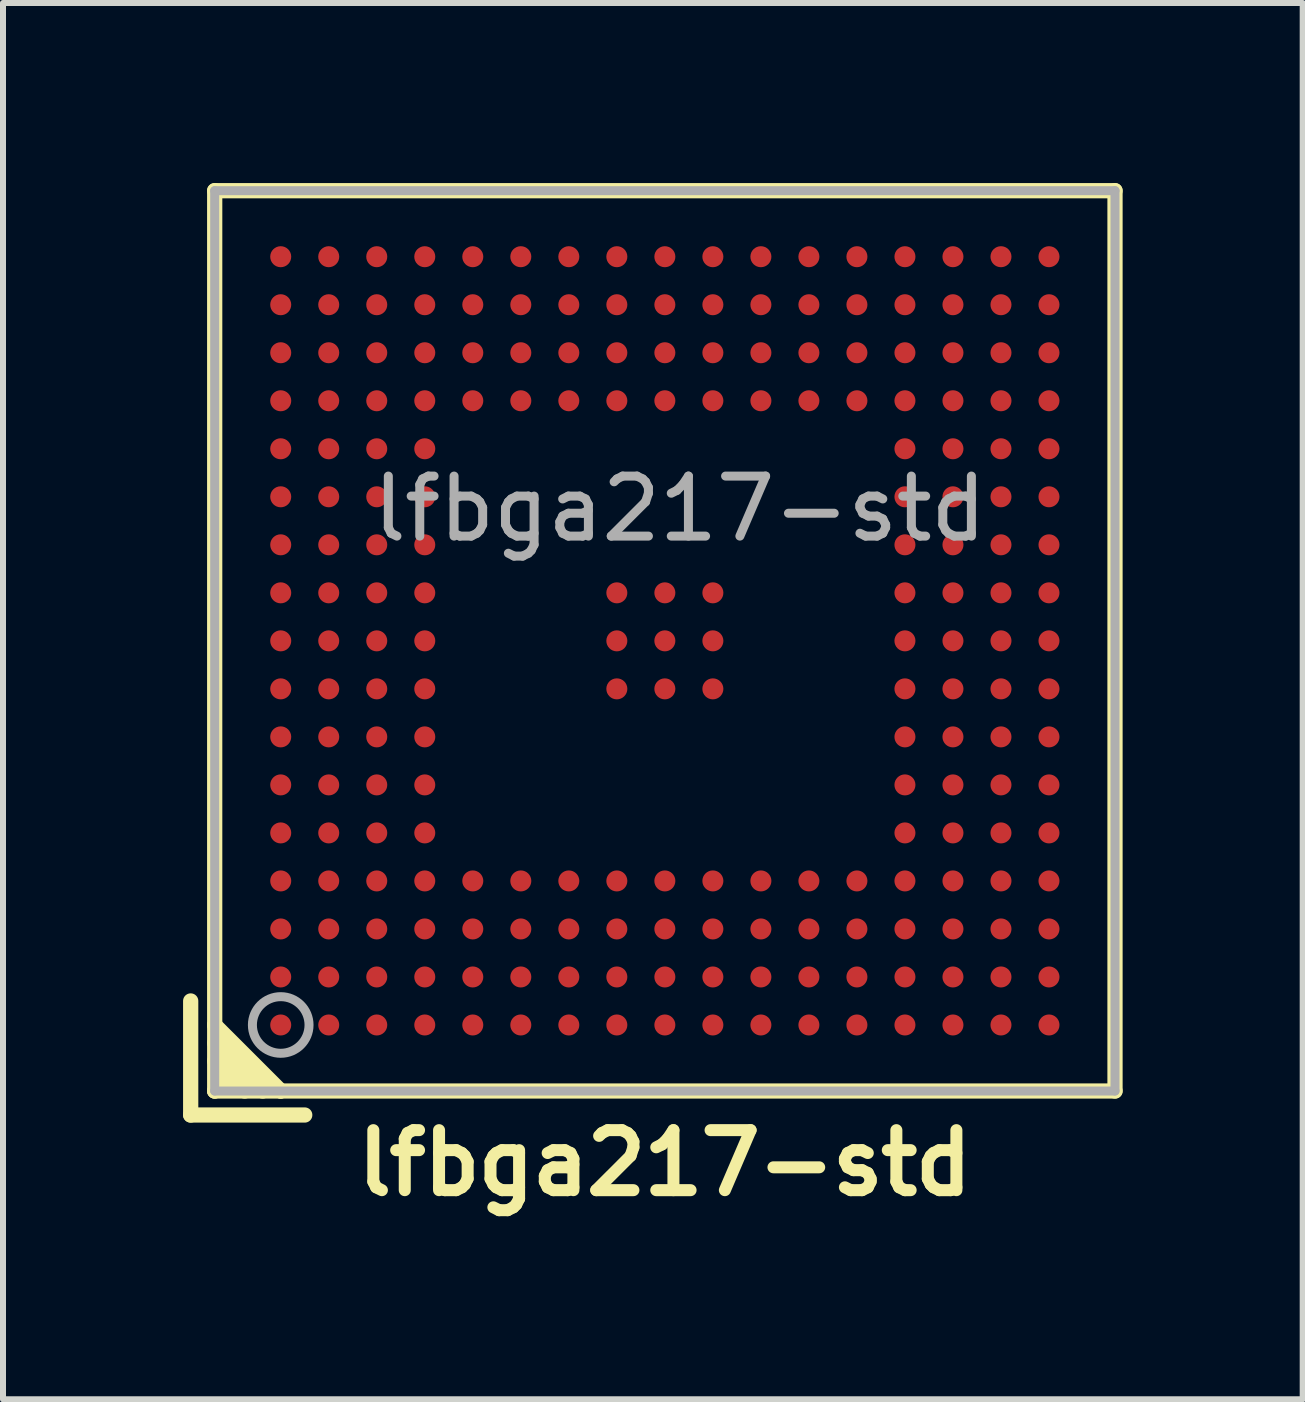
<source format=kicad_pcb>
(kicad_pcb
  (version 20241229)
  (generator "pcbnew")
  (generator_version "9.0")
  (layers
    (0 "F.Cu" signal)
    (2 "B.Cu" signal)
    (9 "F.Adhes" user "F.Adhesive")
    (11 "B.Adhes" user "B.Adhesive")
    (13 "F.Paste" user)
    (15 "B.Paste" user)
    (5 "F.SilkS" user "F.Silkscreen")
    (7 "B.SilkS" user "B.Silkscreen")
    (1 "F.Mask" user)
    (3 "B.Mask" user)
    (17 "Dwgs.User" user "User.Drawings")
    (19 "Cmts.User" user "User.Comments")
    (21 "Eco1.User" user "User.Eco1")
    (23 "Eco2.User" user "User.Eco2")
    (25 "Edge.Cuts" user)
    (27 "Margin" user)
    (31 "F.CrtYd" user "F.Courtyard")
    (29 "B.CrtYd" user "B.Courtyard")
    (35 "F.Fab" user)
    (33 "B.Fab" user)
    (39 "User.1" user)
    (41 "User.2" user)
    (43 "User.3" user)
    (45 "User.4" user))
  (footprint "lfbga217-std"
    (layer "F.Cu")
    (at 8.027 7.627)
    (property "Reference" "lfbga217-std" (at 0 8.7 0) (layer "F.SilkS") (effects (font (size 1 1) (thickness 0.2))))
    (attr smd)
    (fp_line (start -7.9 6) (end -7.9 7.9) (stroke (width 0.254) (type solid)) (layer "F.SilkS"))
    (fp_line (start -7.9 7.9) (end -6 7.9) (stroke (width 0.254) (type solid)) (layer "F.SilkS"))
    (fp_line (start -7.5 -7.5) (end 7.5 -7.5) (stroke (width 0.254) (type solid)) (layer "F.SilkS"))
    (fp_line (start -7.5 6.4) (end -7.5 -7.5) (stroke (width 0.254) (type solid)) (layer "F.SilkS"))
    (fp_line (start -7.5 6.4) (end -7.5 7.5) (stroke (width 0.254) (type solid)) (layer "F.SilkS"))
    (fp_line (start -7.5 6.7) (end -6.7 7.5) (stroke (width 0.254) (type solid)) (layer "F.SilkS"))
    (fp_line (start -7.5 7) (end -7 7.5) (stroke (width 0.254) (type solid)) (layer "F.SilkS"))
    (fp_line (start -7.5 7.5) (end -7 7) (stroke (width 0.254) (type solid)) (layer "F.SilkS"))
    (fp_line (start -7.5 7.5) (end -6.4 7.5) (stroke (width 0.254) (type solid)) (layer "F.SilkS"))
    (fp_line (start -6.4 7.5) (end -7.5 6.4) (stroke (width 0.254) (type solid)) (layer "F.SilkS"))
    (fp_line (start 7.5 -7.5) (end 7.5 7.5) (stroke (width 0.254) (type solid)) (layer "F.SilkS"))
    (fp_line (start 7.5 7.5) (end -6.4 7.5) (stroke (width 0.254) (type solid)) (layer "F.SilkS"))
    (fp_line (start -7.5 -7.5) (end 7.5 -7.5) (stroke (width 0.15) (type solid)) (layer "F.Fab"))
    (fp_line (start -7.5 7.5) (end -7.5 -7.5) (stroke (width 0.15) (type solid)) (layer "F.Fab"))
    (fp_line (start 7.5 -7.5) (end 7.5 7.5) (stroke (width 0.15) (type solid)) (layer "F.Fab"))
    (fp_line (start 7.5 7.5) (end -7.5 7.5) (stroke (width 0.15) (type solid)) (layer "F.Fab"))
    (fp_circle (center -6.4 6.4) (end -6 6.65) (stroke (width 0.15) (type solid)) (fill no) (layer "F.Fab"))
    (fp_text user "${REFERENCE}" (at 0.25 -2.2 0) (layer "F.Fab") (effects (font (size 1 1) (thickness 0.15))))
    (pad "A1" smd circle (at -6.4 6.4 90) (size 0.35 0.35) (layers "F.Cu" "F.Mask" "F.Paste"))
    (pad "A2" smd circle (at -6.4 5.6 90) (size 0.35 0.35) (layers "F.Cu" "F.Mask" "F.Paste"))
    (pad "A3" smd circle (at -6.4 4.8 90) (size 0.35 0.35) (layers "F.Cu" "F.Mask" "F.Paste"))
    (pad "A4" smd circle (at -6.4 4 90) (size 0.35 0.35) (layers "F.Cu" "F.Mask" "F.Paste"))
    (pad "A5" smd circle (at -6.4 3.2 90) (size 0.35 0.35) (layers "F.Cu" "F.Mask" "F.Paste"))
    (pad "A6" smd circle (at -6.4 2.4 90) (size 0.35 0.35) (layers "F.Cu" "F.Mask" "F.Paste"))
    (pad "A7" smd circle (at -6.4 1.6 90) (size 0.35 0.35) (layers "F.Cu" "F.Mask" "F.Paste"))
    (pad "A8" smd circle (at -6.4 0.8 90) (size 0.35 0.35) (layers "F.Cu" "F.Mask" "F.Paste"))
    (pad "A9" smd circle (at -6.4 0 90) (size 0.35 0.35) (layers "F.Cu" "F.Mask" "F.Paste"))
    (pad "A10" smd circle (at -6.4 -0.8 90) (size 0.35 0.35) (layers "F.Cu" "F.Mask" "F.Paste"))
    (pad "A11" smd circle (at -6.4 -1.6 90) (size 0.35 0.35) (layers "F.Cu" "F.Mask" "F.Paste"))
    (pad "A12" smd circle (at -6.4 -2.4 90) (size 0.35 0.35) (layers "F.Cu" "F.Mask" "F.Paste"))
    (pad "A13" smd circle (at -6.4 -3.2 90) (size 0.35 0.35) (layers "F.Cu" "F.Mask" "F.Paste"))
    (pad "A14" smd circle (at -6.4 -4 90) (size 0.35 0.35) (layers "F.Cu" "F.Mask" "F.Paste"))
    (pad "A15" smd circle (at -6.4 -4.8 90) (size 0.35 0.35) (layers "F.Cu" "F.Mask" "F.Paste"))
    (pad "A16" smd circle (at -6.4 -5.6 90) (size 0.35 0.35) (layers "F.Cu" "F.Mask" "F.Paste"))
    (pad "A17" smd circle (at -6.4 -6.4 90) (size 0.35 0.35) (layers "F.Cu" "F.Mask" "F.Paste"))
    (pad "B1" smd circle (at -5.6 6.4 90) (size 0.35 0.35) (layers "F.Cu" "F.Mask" "F.Paste"))
    (pad "B2" smd circle (at -5.6 5.6 90) (size 0.35 0.35) (layers "F.Cu" "F.Mask" "F.Paste"))
    (pad "B3" smd circle (at -5.6 4.8 90) (size 0.35 0.35) (layers "F.Cu" "F.Mask" "F.Paste"))
    (pad "B4" smd circle (at -5.6 4 90) (size 0.35 0.35) (layers "F.Cu" "F.Mask" "F.Paste"))
    (pad "B5" smd circle (at -5.6 3.2 90) (size 0.35 0.35) (layers "F.Cu" "F.Mask" "F.Paste"))
    (pad "B6" smd circle (at -5.6 2.4 90) (size 0.35 0.35) (layers "F.Cu" "F.Mask" "F.Paste"))
    (pad "B7" smd circle (at -5.6 1.6 90) (size 0.35 0.35) (layers "F.Cu" "F.Mask" "F.Paste"))
    (pad "B8" smd circle (at -5.6 0.8 90) (size 0.35 0.35) (layers "F.Cu" "F.Mask" "F.Paste"))
    (pad "B9" smd circle (at -5.6 0 90) (size 0.35 0.35) (layers "F.Cu" "F.Mask" "F.Paste"))
    (pad "B10" smd circle (at -5.6 -0.8 90) (size 0.35 0.35) (layers "F.Cu" "F.Mask" "F.Paste"))
    (pad "B11" smd circle (at -5.6 -1.6 90) (size 0.35 0.35) (layers "F.Cu" "F.Mask" "F.Paste"))
    (pad "B12" smd circle (at -5.6 -2.4 90) (size 0.35 0.35) (layers "F.Cu" "F.Mask" "F.Paste"))
    (pad "B13" smd circle (at -5.6 -3.2 90) (size 0.35 0.35) (layers "F.Cu" "F.Mask" "F.Paste"))
    (pad "B14" smd circle (at -5.6 -4 90) (size 0.35 0.35) (layers "F.Cu" "F.Mask" "F.Paste"))
    (pad "B15" smd circle (at -5.6 -4.8 90) (size 0.35 0.35) (layers "F.Cu" "F.Mask" "F.Paste"))
    (pad "B16" smd circle (at -5.6 -5.6 90) (size 0.35 0.35) (layers "F.Cu" "F.Mask" "F.Paste"))
    (pad "B17" smd circle (at -5.6 -6.4 90) (size 0.35 0.35) (layers "F.Cu" "F.Mask" "F.Paste"))
    (pad "C1" smd circle (at -4.8 6.4 90) (size 0.35 0.35) (layers "F.Cu" "F.Mask" "F.Paste"))
    (pad "C2" smd circle (at -4.8 5.6 90) (size 0.35 0.35) (layers "F.Cu" "F.Mask" "F.Paste"))
    (pad "C3" smd circle (at -4.8 4.8 90) (size 0.35 0.35) (layers "F.Cu" "F.Mask" "F.Paste"))
    (pad "C4" smd circle (at -4.8 4 90) (size 0.35 0.35) (layers "F.Cu" "F.Mask" "F.Paste"))
    (pad "C5" smd circle (at -4.8 3.2 90) (size 0.35 0.35) (layers "F.Cu" "F.Mask" "F.Paste"))
    (pad "C6" smd circle (at -4.8 2.4 90) (size 0.35 0.35) (layers "F.Cu" "F.Mask" "F.Paste"))
    (pad "C7" smd circle (at -4.8 1.6 90) (size 0.35 0.35) (layers "F.Cu" "F.Mask" "F.Paste"))
    (pad "C8" smd circle (at -4.8 0.8 90) (size 0.35 0.35) (layers "F.Cu" "F.Mask" "F.Paste"))
    (pad "C9" smd circle (at -4.8 0 90) (size 0.35 0.35) (layers "F.Cu" "F.Mask" "F.Paste"))
    (pad "C10" smd circle (at -4.8 -0.8 90) (size 0.35 0.35) (layers "F.Cu" "F.Mask" "F.Paste"))
    (pad "C11" smd circle (at -4.8 -1.6 90) (size 0.35 0.35) (layers "F.Cu" "F.Mask" "F.Paste"))
    (pad "C12" smd circle (at -4.8 -2.4 90) (size 0.35 0.35) (layers "F.Cu" "F.Mask" "F.Paste"))
    (pad "C13" smd circle (at -4.8 -3.2 90) (size 0.35 0.35) (layers "F.Cu" "F.Mask" "F.Paste"))
    (pad "C14" smd circle (at -4.8 -4 90) (size 0.35 0.35) (layers "F.Cu" "F.Mask" "F.Paste"))
    (pad "C15" smd circle (at -4.8 -4.8 90) (size 0.35 0.35) (layers "F.Cu" "F.Mask" "F.Paste"))
    (pad "C16" smd circle (at -4.8 -5.6 90) (size 0.35 0.35) (layers "F.Cu" "F.Mask" "F.Paste"))
    (pad "C17" smd circle (at -4.8 -6.4 90) (size 0.35 0.35) (layers "F.Cu" "F.Mask" "F.Paste"))
    (pad "D1" smd circle (at -4 6.4 90) (size 0.35 0.35) (layers "F.Cu" "F.Mask" "F.Paste"))
    (pad "D2" smd circle (at -4 5.6 90) (size 0.35 0.35) (layers "F.Cu" "F.Mask" "F.Paste"))
    (pad "D3" smd circle (at -4 4.8 90) (size 0.35 0.35) (layers "F.Cu" "F.Mask" "F.Paste"))
    (pad "D4" smd circle (at -4 4 90) (size 0.35 0.35) (layers "F.Cu" "F.Mask" "F.Paste"))
    (pad "D5" smd circle (at -4 3.2 90) (size 0.35 0.35) (layers "F.Cu" "F.Mask" "F.Paste"))
    (pad "D6" smd circle (at -4 2.4 90) (size 0.35 0.35) (layers "F.Cu" "F.Mask" "F.Paste"))
    (pad "D7" smd circle (at -4 1.6 90) (size 0.35 0.35) (layers "F.Cu" "F.Mask" "F.Paste"))
    (pad "D8" smd circle (at -4 0.8 90) (size 0.35 0.35) (layers "F.Cu" "F.Mask" "F.Paste"))
    (pad "D9" smd circle (at -4 0 90) (size 0.35 0.35) (layers "F.Cu" "F.Mask" "F.Paste"))
    (pad "D10" smd circle (at -4 -0.8 90) (size 0.35 0.35) (layers "F.Cu" "F.Mask" "F.Paste"))
    (pad "D11" smd circle (at -4 -1.6 90) (size 0.35 0.35) (layers "F.Cu" "F.Mask" "F.Paste"))
    (pad "D12" smd circle (at -4 -2.4 90) (size 0.35 0.35) (layers "F.Cu" "F.Mask" "F.Paste"))
    (pad "D13" smd circle (at -4 -3.2 90) (size 0.35 0.35) (layers "F.Cu" "F.Mask" "F.Paste"))
    (pad "D14" smd circle (at -4 -4 90) (size 0.35 0.35) (layers "F.Cu" "F.Mask" "F.Paste"))
    (pad "D15" smd circle (at -4 -4.8 90) (size 0.35 0.35) (layers "F.Cu" "F.Mask" "F.Paste"))
    (pad "D16" smd circle (at -4 -5.6 90) (size 0.35 0.35) (layers "F.Cu" "F.Mask" "F.Paste"))
    (pad "D17" smd circle (at -4 -6.4 90) (size 0.35 0.35) (layers "F.Cu" "F.Mask" "F.Paste"))
    (pad "E1" smd circle (at -3.2 6.4 90) (size 0.35 0.35) (layers "F.Cu" "F.Mask" "F.Paste"))
    (pad "E2" smd circle (at -3.2 5.6 90) (size 0.35 0.35) (layers "F.Cu" "F.Mask" "F.Paste"))
    (pad "E3" smd circle (at -3.2 4.8 90) (size 0.35 0.35) (layers "F.Cu" "F.Mask" "F.Paste"))
    (pad "E4" smd circle (at -3.2 4 90) (size 0.35 0.35) (layers "F.Cu" "F.Mask" "F.Paste"))
    (pad "E14" smd circle (at -3.2 -4 90) (size 0.35 0.35) (layers "F.Cu" "F.Mask" "F.Paste"))
    (pad "E15" smd circle (at -3.2 -4.8 90) (size 0.35 0.35) (layers "F.Cu" "F.Mask" "F.Paste"))
    (pad "E16" smd circle (at -3.2 -5.6 90) (size 0.35 0.35) (layers "F.Cu" "F.Mask" "F.Paste"))
    (pad "E17" smd circle (at -3.2 -6.4 90) (size 0.35 0.35) (layers "F.Cu" "F.Mask" "F.Paste"))
    (pad "F1" smd circle (at -2.4 6.4 90) (size 0.35 0.35) (layers "F.Cu" "F.Mask" "F.Paste"))
    (pad "F2" smd circle (at -2.4 5.6 90) (size 0.35 0.35) (layers "F.Cu" "F.Mask" "F.Paste"))
    (pad "F3" smd circle (at -2.4 4.8 90) (size 0.35 0.35) (layers "F.Cu" "F.Mask" "F.Paste"))
    (pad "F4" smd circle (at -2.4 4 90) (size 0.35 0.35) (layers "F.Cu" "F.Mask" "F.Paste"))
    (pad "F14" smd circle (at -2.4 -4 90) (size 0.35 0.35) (layers "F.Cu" "F.Mask" "F.Paste"))
    (pad "F15" smd circle (at -2.4 -4.8 90) (size 0.35 0.35) (layers "F.Cu" "F.Mask" "F.Paste"))
    (pad "F16" smd circle (at -2.4 -5.6 90) (size 0.35 0.35) (layers "F.Cu" "F.Mask" "F.Paste"))
    (pad "F17" smd circle (at -2.4 -6.4 90) (size 0.35 0.35) (layers "F.Cu" "F.Mask" "F.Paste"))
    (pad "G1" smd circle (at -1.6 6.4 90) (size 0.35 0.35) (layers "F.Cu" "F.Mask" "F.Paste"))
    (pad "G2" smd circle (at -1.6 5.6 90) (size 0.35 0.35) (layers "F.Cu" "F.Mask" "F.Paste"))
    (pad "G3" smd circle (at -1.6 4.8 90) (size 0.35 0.35) (layers "F.Cu" "F.Mask" "F.Paste"))
    (pad "G4" smd circle (at -1.6 4 90) (size 0.35 0.35) (layers "F.Cu" "F.Mask" "F.Paste"))
    (pad "G14" smd circle (at -1.6 -4 90) (size 0.35 0.35) (layers "F.Cu" "F.Mask" "F.Paste"))
    (pad "G15" smd circle (at -1.6 -4.8 90) (size 0.35 0.35) (layers "F.Cu" "F.Mask" "F.Paste"))
    (pad "G16" smd circle (at -1.6 -5.6 90) (size 0.35 0.35) (layers "F.Cu" "F.Mask" "F.Paste"))
    (pad "G17" smd circle (at -1.6 -6.4 90) (size 0.35 0.35) (layers "F.Cu" "F.Mask" "F.Paste"))
    (pad "H1" smd circle (at -0.8 6.4 90) (size 0.35 0.35) (layers "F.Cu" "F.Mask" "F.Paste"))
    (pad "H2" smd circle (at -0.8 5.6 90) (size 0.35 0.35) (layers "F.Cu" "F.Mask" "F.Paste"))
    (pad "H3" smd circle (at -0.8 4.8 90) (size 0.35 0.35) (layers "F.Cu" "F.Mask" "F.Paste"))
    (pad "H4" smd circle (at -0.8 4 90) (size 0.35 0.35) (layers "F.Cu" "F.Mask" "F.Paste"))
    (pad "H8" smd circle (at -0.8 0.8 90) (size 0.35 0.35) (layers "F.Cu" "F.Mask" "F.Paste"))
    (pad "H9" smd circle (at -0.8 0 90) (size 0.35 0.35) (layers "F.Cu" "F.Mask" "F.Paste"))
    (pad "H10" smd circle (at -0.8 -0.8 90) (size 0.35 0.35) (layers "F.Cu" "F.Mask" "F.Paste"))
    (pad "H14" smd circle (at -0.8 -4 90) (size 0.35 0.35) (layers "F.Cu" "F.Mask" "F.Paste"))
    (pad "H15" smd circle (at -0.8 -4.8 90) (size 0.35 0.35) (layers "F.Cu" "F.Mask" "F.Paste"))
    (pad "H16" smd circle (at -0.8 -5.6 90) (size 0.35 0.35) (layers "F.Cu" "F.Mask" "F.Paste"))
    (pad "H17" smd circle (at -0.8 -6.4 90) (size 0.35 0.35) (layers "F.Cu" "F.Mask" "F.Paste"))
    (pad "J1" smd circle (at 0 6.4 90) (size 0.35 0.35) (layers "F.Cu" "F.Mask" "F.Paste"))
    (pad "J2" smd circle (at 0 5.6 90) (size 0.35 0.35) (layers "F.Cu" "F.Mask" "F.Paste"))
    (pad "J3" smd circle (at 0 4.8 90) (size 0.35 0.35) (layers "F.Cu" "F.Mask" "F.Paste"))
    (pad "J4" smd circle (at 0 4 90) (size 0.35 0.35) (layers "F.Cu" "F.Mask" "F.Paste"))
    (pad "J8" smd circle (at 0 0.8 90) (size 0.35 0.35) (layers "F.Cu" "F.Mask" "F.Paste"))
    (pad "J9" smd circle (at 0 0 90) (size 0.35 0.35) (layers "F.Cu" "F.Mask" "F.Paste"))
    (pad "J10" smd circle (at 0 -0.8 90) (size 0.35 0.35) (layers "F.Cu" "F.Mask" "F.Paste"))
    (pad "J14" smd circle (at 0 -4 90) (size 0.35 0.35) (layers "F.Cu" "F.Mask" "F.Paste"))
    (pad "J15" smd circle (at 0 -4.8 90) (size 0.35 0.35) (layers "F.Cu" "F.Mask" "F.Paste"))
    (pad "J16" smd circle (at 0 -5.6 90) (size 0.35 0.35) (layers "F.Cu" "F.Mask" "F.Paste"))
    (pad "J17" smd circle (at 0 -6.4 90) (size 0.35 0.35) (layers "F.Cu" "F.Mask" "F.Paste"))
    (pad "K1" smd circle (at 0.8 6.4 90) (size 0.35 0.35) (layers "F.Cu" "F.Mask" "F.Paste"))
    (pad "K2" smd circle (at 0.8 5.6 90) (size 0.35 0.35) (layers "F.Cu" "F.Mask" "F.Paste"))
    (pad "K3" smd circle (at 0.8 4.8 90) (size 0.35 0.35) (layers "F.Cu" "F.Mask" "F.Paste"))
    (pad "K4" smd circle (at 0.8 4 90) (size 0.35 0.35) (layers "F.Cu" "F.Mask" "F.Paste"))
    (pad "K8" smd circle (at 0.8 0.8 90) (size 0.35 0.35) (layers "F.Cu" "F.Mask" "F.Paste"))
    (pad "K9" smd circle (at 0.8 0 90) (size 0.35 0.35) (layers "F.Cu" "F.Mask" "F.Paste"))
    (pad "K10" smd circle (at 0.8 -0.8 90) (size 0.35 0.35) (layers "F.Cu" "F.Mask" "F.Paste"))
    (pad "K14" smd circle (at 0.8 -4 90) (size 0.35 0.35) (layers "F.Cu" "F.Mask" "F.Paste"))
    (pad "K15" smd circle (at 0.8 -4.8 90) (size 0.35 0.35) (layers "F.Cu" "F.Mask" "F.Paste"))
    (pad "K16" smd circle (at 0.8 -5.6 90) (size 0.35 0.35) (layers "F.Cu" "F.Mask" "F.Paste"))
    (pad "K17" smd circle (at 0.8 -6.4 90) (size 0.35 0.35) (layers "F.Cu" "F.Mask" "F.Paste"))
    (pad "L1" smd circle (at 1.6 6.4 90) (size 0.35 0.35) (layers "F.Cu" "F.Mask" "F.Paste"))
    (pad "L2" smd circle (at 1.6 5.6 90) (size 0.35 0.35) (layers "F.Cu" "F.Mask" "F.Paste"))
    (pad "L3" smd circle (at 1.6 4.8 90) (size 0.35 0.35) (layers "F.Cu" "F.Mask" "F.Paste"))
    (pad "L4" smd circle (at 1.6 4 90) (size 0.35 0.35) (layers "F.Cu" "F.Mask" "F.Paste"))
    (pad "L14" smd circle (at 1.6 -4 90) (size 0.35 0.35) (layers "F.Cu" "F.Mask" "F.Paste"))
    (pad "L15" smd circle (at 1.6 -4.8 90) (size 0.35 0.35) (layers "F.Cu" "F.Mask" "F.Paste"))
    (pad "L16" smd circle (at 1.6 -5.6 90) (size 0.35 0.35) (layers "F.Cu" "F.Mask" "F.Paste"))
    (pad "L17" smd circle (at 1.6 -6.4 90) (size 0.35 0.35) (layers "F.Cu" "F.Mask" "F.Paste"))
    (pad "M1" smd circle (at 2.4 6.4 90) (size 0.35 0.35) (layers "F.Cu" "F.Mask" "F.Paste"))
    (pad "M2" smd circle (at 2.4 5.6 90) (size 0.35 0.35) (layers "F.Cu" "F.Mask" "F.Paste"))
    (pad "M3" smd circle (at 2.4 4.8 90) (size 0.35 0.35) (layers "F.Cu" "F.Mask" "F.Paste"))
    (pad "M4" smd circle (at 2.4 4 90) (size 0.35 0.35) (layers "F.Cu" "F.Mask" "F.Paste"))
    (pad "M14" smd circle (at 2.4 -4 90) (size 0.35 0.35) (layers "F.Cu" "F.Mask" "F.Paste"))
    (pad "M15" smd circle (at 2.4 -4.8 90) (size 0.35 0.35) (layers "F.Cu" "F.Mask" "F.Paste"))
    (pad "M16" smd circle (at 2.4 -5.6 90) (size 0.35 0.35) (layers "F.Cu" "F.Mask" "F.Paste"))
    (pad "M17" smd circle (at 2.4 -6.4 90) (size 0.35 0.35) (layers "F.Cu" "F.Mask" "F.Paste"))
    (pad "N1" smd circle (at 3.2 6.4 90) (size 0.35 0.35) (layers "F.Cu" "F.Mask" "F.Paste"))
    (pad "N2" smd circle (at 3.2 5.6 90) (size 0.35 0.35) (layers "F.Cu" "F.Mask" "F.Paste"))
    (pad "N3" smd circle (at 3.2 4.8 90) (size 0.35 0.35) (layers "F.Cu" "F.Mask" "F.Paste"))
    (pad "N4" smd circle (at 3.2 4 90) (size 0.35 0.35) (layers "F.Cu" "F.Mask" "F.Paste"))
    (pad "N14" smd circle (at 3.2 -4 90) (size 0.35 0.35) (layers "F.Cu" "F.Mask" "F.Paste"))
    (pad "N15" smd circle (at 3.2 -4.8 90) (size 0.35 0.35) (layers "F.Cu" "F.Mask" "F.Paste"))
    (pad "N16" smd circle (at 3.2 -5.6 90) (size 0.35 0.35) (layers "F.Cu" "F.Mask" "F.Paste"))
    (pad "N17" smd circle (at 3.2 -6.4 90) (size 0.35 0.35) (layers "F.Cu" "F.Mask" "F.Paste"))
    (pad "P1" smd circle (at 4 6.4 90) (size 0.35 0.35) (layers "F.Cu" "F.Mask" "F.Paste"))
    (pad "P2" smd circle (at 4 5.6 90) (size 0.35 0.35) (layers "F.Cu" "F.Mask" "F.Paste"))
    (pad "P3" smd circle (at 4 4.8 90) (size 0.35 0.35) (layers "F.Cu" "F.Mask" "F.Paste"))
    (pad "P4" smd circle (at 4 4 90) (size 0.35 0.35) (layers "F.Cu" "F.Mask" "F.Paste"))
    (pad "P5" smd circle (at 4 3.2 90) (size 0.35 0.35) (layers "F.Cu" "F.Mask" "F.Paste"))
    (pad "P6" smd circle (at 4 2.4 90) (size 0.35 0.35) (layers "F.Cu" "F.Mask" "F.Paste"))
    (pad "P7" smd circle (at 4 1.6 90) (size 0.35 0.35) (layers "F.Cu" "F.Mask" "F.Paste"))
    (pad "P8" smd circle (at 4 0.8 90) (size 0.35 0.35) (layers "F.Cu" "F.Mask" "F.Paste"))
    (pad "P9" smd circle (at 4 0 90) (size 0.35 0.35) (layers "F.Cu" "F.Mask" "F.Paste"))
    (pad "P10" smd circle (at 4 -0.8 90) (size 0.35 0.35) (layers "F.Cu" "F.Mask" "F.Paste"))
    (pad "P11" smd circle (at 4 -1.6 90) (size 0.35 0.35) (layers "F.Cu" "F.Mask" "F.Paste"))
    (pad "P12" smd circle (at 4 -2.4 90) (size 0.35 0.35) (layers "F.Cu" "F.Mask" "F.Paste"))
    (pad "P13" smd circle (at 4 -3.2 90) (size 0.35 0.35) (layers "F.Cu" "F.Mask" "F.Paste"))
    (pad "P14" smd circle (at 4 -4 90) (size 0.35 0.35) (layers "F.Cu" "F.Mask" "F.Paste"))
    (pad "P15" smd circle (at 4 -4.8 90) (size 0.35 0.35) (layers "F.Cu" "F.Mask" "F.Paste"))
    (pad "P16" smd circle (at 4 -5.6 90) (size 0.35 0.35) (layers "F.Cu" "F.Mask" "F.Paste"))
    (pad "P17" smd circle (at 4 -6.4 90) (size 0.35 0.35) (layers "F.Cu" "F.Mask" "F.Paste"))
    (pad "R1" smd circle (at 4.8 6.4 90) (size 0.35 0.35) (layers "F.Cu" "F.Mask" "F.Paste"))
    (pad "R2" smd circle (at 4.8 5.6 90) (size 0.35 0.35) (layers "F.Cu" "F.Mask" "F.Paste"))
    (pad "R3" smd circle (at 4.8 4.8 90) (size 0.35 0.35) (layers "F.Cu" "F.Mask" "F.Paste"))
    (pad "R4" smd circle (at 4.8 4 90) (size 0.35 0.35) (layers "F.Cu" "F.Mask" "F.Paste"))
    (pad "R5" smd circle (at 4.8 3.2 90) (size 0.35 0.35) (layers "F.Cu" "F.Mask" "F.Paste"))
    (pad "R6" smd circle (at 4.8 2.4 90) (size 0.35 0.35) (layers "F.Cu" "F.Mask" "F.Paste"))
    (pad "R7" smd circle (at 4.8 1.6 90) (size 0.35 0.35) (layers "F.Cu" "F.Mask" "F.Paste"))
    (pad "R8" smd circle (at 4.8 0.8 90) (size 0.35 0.35) (layers "F.Cu" "F.Mask" "F.Paste"))
    (pad "R9" smd circle (at 4.8 0 90) (size 0.35 0.35) (layers "F.Cu" "F.Mask" "F.Paste"))
    (pad "R10" smd circle (at 4.8 -0.8 90) (size 0.35 0.35) (layers "F.Cu" "F.Mask" "F.Paste"))
    (pad "R11" smd circle (at 4.8 -1.6 90) (size 0.35 0.35) (layers "F.Cu" "F.Mask" "F.Paste"))
    (pad "R12" smd circle (at 4.8 -2.4 90) (size 0.35 0.35) (layers "F.Cu" "F.Mask" "F.Paste"))
    (pad "R13" smd circle (at 4.8 -3.2 90) (size 0.35 0.35) (layers "F.Cu" "F.Mask" "F.Paste"))
    (pad "R14" smd circle (at 4.8 -4 90) (size 0.35 0.35) (layers "F.Cu" "F.Mask" "F.Paste"))
    (pad "R15" smd circle (at 4.8 -4.8 90) (size 0.35 0.35) (layers "F.Cu" "F.Mask" "F.Paste"))
    (pad "R16" smd circle (at 4.8 -5.6 90) (size 0.35 0.35) (layers "F.Cu" "F.Mask" "F.Paste"))
    (pad "R17" smd circle (at 4.8 -6.4 90) (size 0.35 0.35) (layers "F.Cu" "F.Mask" "F.Paste"))
    (pad "T1" smd circle (at 5.6 6.4 90) (size 0.35 0.35) (layers "F.Cu" "F.Mask" "F.Paste"))
    (pad "T2" smd circle (at 5.6 5.6 90) (size 0.35 0.35) (layers "F.Cu" "F.Mask" "F.Paste"))
    (pad "T3" smd circle (at 5.6 4.8 90) (size 0.35 0.35) (layers "F.Cu" "F.Mask" "F.Paste"))
    (pad "T4" smd circle (at 5.6 4 90) (size 0.35 0.35) (layers "F.Cu" "F.Mask" "F.Paste"))
    (pad "T5" smd circle (at 5.6 3.2 90) (size 0.35 0.35) (layers "F.Cu" "F.Mask" "F.Paste"))
    (pad "T6" smd circle (at 5.6 2.4 90) (size 0.35 0.35) (layers "F.Cu" "F.Mask" "F.Paste"))
    (pad "T7" smd circle (at 5.6 1.6 90) (size 0.35 0.35) (layers "F.Cu" "F.Mask" "F.Paste"))
    (pad "T8" smd circle (at 5.6 0.8 90) (size 0.35 0.35) (layers "F.Cu" "F.Mask" "F.Paste"))
    (pad "T9" smd circle (at 5.6 0 90) (size 0.35 0.35) (layers "F.Cu" "F.Mask" "F.Paste"))
    (pad "T10" smd circle (at 5.6 -0.8 90) (size 0.35 0.35) (layers "F.Cu" "F.Mask" "F.Paste"))
    (pad "T11" smd circle (at 5.6 -1.6 90) (size 0.35 0.35) (layers "F.Cu" "F.Mask" "F.Paste"))
    (pad "T12" smd circle (at 5.6 -2.4 90) (size 0.35 0.35) (layers "F.Cu" "F.Mask" "F.Paste"))
    (pad "T13" smd circle (at 5.6 -3.2 90) (size 0.35 0.35) (layers "F.Cu" "F.Mask" "F.Paste"))
    (pad "T14" smd circle (at 5.6 -4 90) (size 0.35 0.35) (layers "F.Cu" "F.Mask" "F.Paste"))
    (pad "T15" smd circle (at 5.6 -4.8 90) (size 0.35 0.35) (layers "F.Cu" "F.Mask" "F.Paste"))
    (pad "T16" smd circle (at 5.6 -5.6 90) (size 0.35 0.35) (layers "F.Cu" "F.Mask" "F.Paste"))
    (pad "T17" smd circle (at 5.6 -6.4 90) (size 0.35 0.35) (layers "F.Cu" "F.Mask" "F.Paste"))
    (pad "U1" smd circle (at 6.4 6.4 90) (size 0.35 0.35) (layers "F.Cu" "F.Mask" "F.Paste"))
    (pad "U2" smd circle (at 6.4 5.6 90) (size 0.35 0.35) (layers "F.Cu" "F.Mask" "F.Paste"))
    (pad "U3" smd circle (at 6.4 4.8 90) (size 0.35 0.35) (layers "F.Cu" "F.Mask" "F.Paste"))
    (pad "U4" smd circle (at 6.4 4 90) (size 0.35 0.35) (layers "F.Cu" "F.Mask" "F.Paste"))
    (pad "U5" smd circle (at 6.4 3.2 90) (size 0.35 0.35) (layers "F.Cu" "F.Mask" "F.Paste"))
    (pad "U6" smd circle (at 6.4 2.4 90) (size 0.35 0.35) (layers "F.Cu" "F.Mask" "F.Paste"))
    (pad "U7" smd circle (at 6.4 1.6 90) (size 0.35 0.35) (layers "F.Cu" "F.Mask" "F.Paste"))
    (pad "U8" smd circle (at 6.4 0.8 90) (size 0.35 0.35) (layers "F.Cu" "F.Mask" "F.Paste"))
    (pad "U9" smd circle (at 6.4 0 90) (size 0.35 0.35) (layers "F.Cu" "F.Mask" "F.Paste"))
    (pad "U10" smd circle (at 6.4 -0.8 90) (size 0.35 0.35) (layers "F.Cu" "F.Mask" "F.Paste"))
    (pad "U11" smd circle (at 6.4 -1.6 90) (size 0.35 0.35) (layers "F.Cu" "F.Mask" "F.Paste"))
    (pad "U12" smd circle (at 6.4 -2.4 90) (size 0.35 0.35) (layers "F.Cu" "F.Mask" "F.Paste"))
    (pad "U13" smd circle (at 6.4 -3.2 90) (size 0.35 0.35) (layers "F.Cu" "F.Mask" "F.Paste"))
    (pad "U14" smd circle (at 6.4 -4 90) (size 0.35 0.35) (layers "F.Cu" "F.Mask" "F.Paste"))
    (pad "U15" smd circle (at 6.4 -4.8 90) (size 0.35 0.35) (layers "F.Cu" "F.Mask" "F.Paste"))
    (pad "U16" smd circle (at 6.4 -5.6 90) (size 0.35 0.35) (layers "F.Cu" "F.Mask" "F.Paste"))
    (pad "U17" smd circle (at 6.4 -6.4 90) (size 0.35 0.35) (layers "F.Cu" "F.Mask" "F.Paste")))
  (gr_rect
    (start -3 -3)
    (end 18.654 20.263)
    (stroke (width 0.1) (type default))
    (fill no)
    (layer "Edge.Cuts")))
</source>
